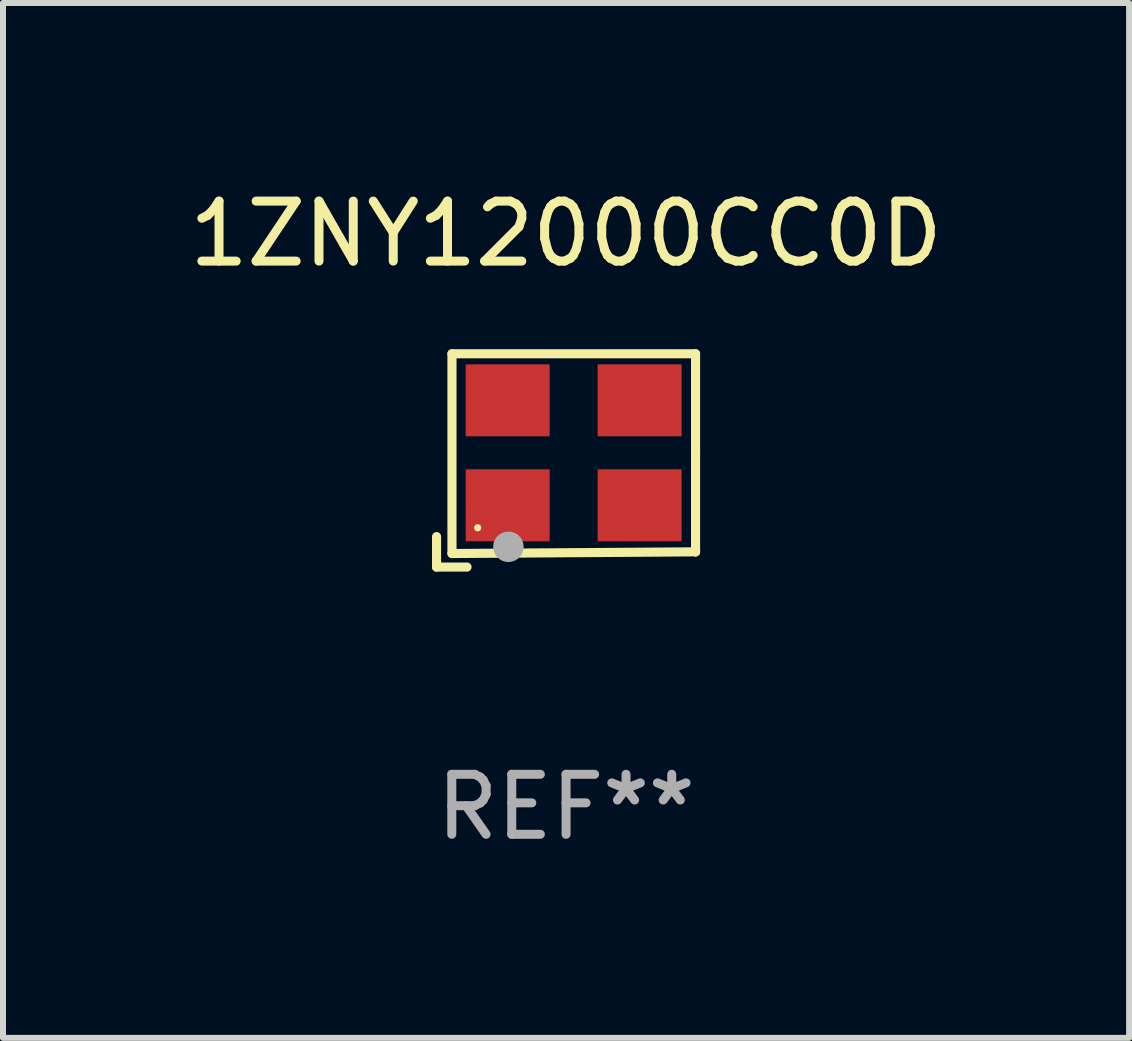
<source format=kicad_pcb>
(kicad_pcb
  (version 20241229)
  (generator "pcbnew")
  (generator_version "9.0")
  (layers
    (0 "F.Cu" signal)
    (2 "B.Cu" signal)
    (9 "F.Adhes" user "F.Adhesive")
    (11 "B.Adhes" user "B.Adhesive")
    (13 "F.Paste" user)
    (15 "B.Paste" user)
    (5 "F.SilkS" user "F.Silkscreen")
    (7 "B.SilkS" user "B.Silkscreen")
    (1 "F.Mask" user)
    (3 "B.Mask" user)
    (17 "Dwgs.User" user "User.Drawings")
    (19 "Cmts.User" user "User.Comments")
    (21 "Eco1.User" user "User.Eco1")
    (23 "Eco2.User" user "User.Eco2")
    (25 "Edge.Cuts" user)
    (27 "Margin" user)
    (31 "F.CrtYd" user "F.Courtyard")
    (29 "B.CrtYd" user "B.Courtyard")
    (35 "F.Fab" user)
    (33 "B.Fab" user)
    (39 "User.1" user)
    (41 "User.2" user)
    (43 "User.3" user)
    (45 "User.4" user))
  (footprint "1ZNY12000CC0D"
    (layer "F.Cu")
    (at 6.387 4.626)
    (property "Reference" "1ZNY12000CC0D" (at 0 -3.778 0) (layer "F.SilkS") (effects (font (size 1 1) (thickness 0.15))))
    (attr through_hole)
    (fp_line (start -2.159 1.27) (end -2.159 1.778) (stroke (width 0.152) (type solid)) (layer "F.SilkS"))
    (fp_line (start -2.159 1.778) (end -1.651 1.778) (stroke (width 0.152) (type solid)) (layer "F.SilkS"))
    (fp_line (start -1.902 -1.778) (end 2.159 -1.778) (stroke (width 0.152) (type solid)) (layer "F.SilkS"))
    (fp_line (start -1.902 1.552) (end -1.902 -1.778) (stroke (width 0.152) (type solid)) (layer "F.SilkS"))
    (fp_line (start 2.159 -1.778) (end 2.159 -0.127) (stroke (width 0.152) (type solid)) (layer "F.SilkS"))
    (fp_line (start 2.159 -0.127) (end 2.159 1.524) (stroke (width 0.152) (type solid)) (layer "F.SilkS"))
    (fp_line (start 2.159 1.524) (end -1.902 1.552) (stroke (width 0.152) (type solid)) (layer "F.SilkS"))
    (fp_line (start 2.159 1.524) (end 2.159 1.524) (stroke (width 0.152) (type solid)) (layer "F.SilkS"))
    (fp_circle (center -1.473 1.123) (end -1.443 1.123) (stroke (width 0.06) (type solid)) (fill no) (layer "F.SilkS"))
    (fp_circle (center -0.961 1.44) (end -0.834 1.44) (stroke (width 0.254) (type solid)) (fill no) (layer "F.Fab"))
    (fp_text user "REF**" (at 0 5.778 0) (layer "F.Fab") (effects (font (size 1 1) (thickness 0.15))))
    (pad "1" smd rect (at -0.973 0.748) (size 1.4 1.2) (layers "F.Cu" "F.Mask" "F.Paste"))
    (pad "2" smd rect (at 1.227 0.748) (size 1.4 1.2) (layers "F.Cu" "F.Mask" "F.Paste"))
    (pad "3" smd rect (at 1.227 -1.002) (size 1.4 1.2) (layers "F.Cu" "F.Mask" "F.Paste"))
    (pad "4" smd rect (at -0.973 -1.002) (size 1.4 1.2) (layers "F.Cu" "F.Mask" "F.Paste")))
  (gr_rect
    (start -3 -3)
    (end 15.774 14.253)
    (stroke (width 0.1) (type default))
    (fill no)
    (layer "Edge.Cuts")))
</source>
